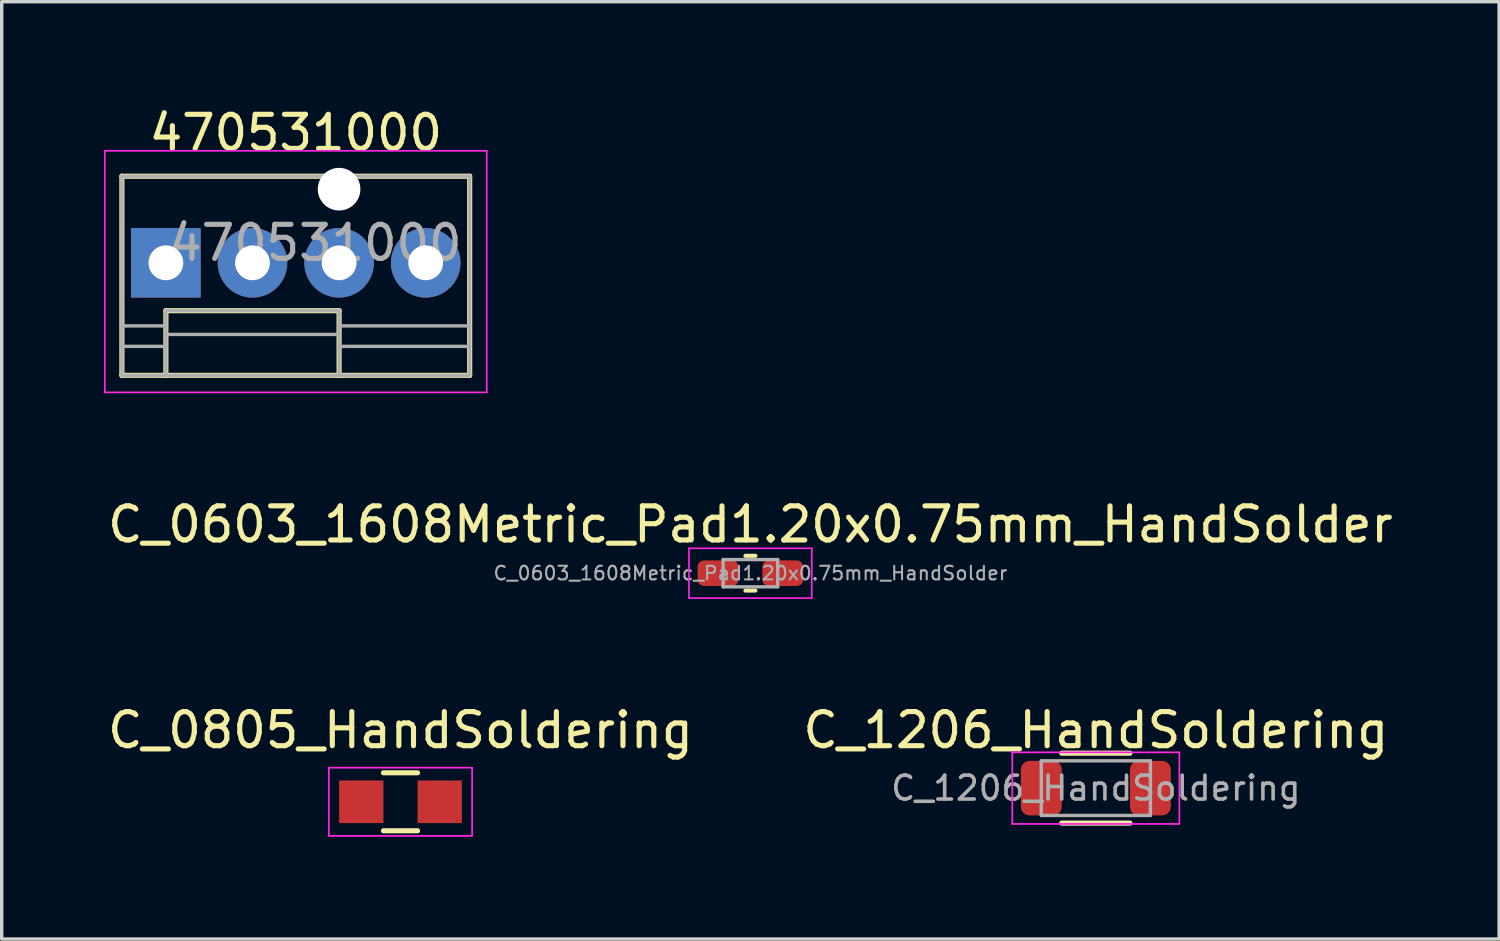
<source format=kicad_pcb>
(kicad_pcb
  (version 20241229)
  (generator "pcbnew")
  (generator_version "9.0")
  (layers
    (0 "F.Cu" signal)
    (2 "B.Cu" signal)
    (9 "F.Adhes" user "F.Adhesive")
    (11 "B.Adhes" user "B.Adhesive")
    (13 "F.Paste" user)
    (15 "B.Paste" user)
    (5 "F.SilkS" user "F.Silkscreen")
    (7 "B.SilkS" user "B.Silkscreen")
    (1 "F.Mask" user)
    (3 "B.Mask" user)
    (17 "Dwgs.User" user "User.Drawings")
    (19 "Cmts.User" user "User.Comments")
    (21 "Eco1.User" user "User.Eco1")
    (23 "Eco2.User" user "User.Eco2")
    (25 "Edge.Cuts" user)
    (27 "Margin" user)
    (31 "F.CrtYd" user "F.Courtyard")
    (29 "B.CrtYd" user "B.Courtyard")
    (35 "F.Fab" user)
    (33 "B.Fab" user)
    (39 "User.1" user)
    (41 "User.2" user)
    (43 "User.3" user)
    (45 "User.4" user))
  (footprint "C_0603_1608Metric_Pad1.20x0.75mm_HandSolder"
    (layer "F.Cu")
    (at 18.958 13.761)
    (property "Reference" "C_0603_1608Metric_Pad1.20x0.75mm_HandSolder" (at 0 -1.43 0) (layer "F.SilkS") (effects (font (size 1 1) (thickness 0.15))))
    (attr smd)
    (fp_line (start -0.146 -0.51) (end 0.146 -0.51) (stroke (width 0.12) (type solid)) (layer "F.SilkS"))
    (fp_line (start -0.146 0.51) (end 0.146 0.51) (stroke (width 0.12) (type solid)) (layer "F.SilkS"))
    (fp_line (start -1.8 -0.73) (end 1.8 -0.73) (stroke (width 0.05) (type solid)) (layer "F.CrtYd"))
    (fp_line (start -1.8 0.73) (end -1.8 -0.73) (stroke (width 0.05) (type solid)) (layer "F.CrtYd"))
    (fp_line (start 1.8 -0.73) (end 1.8 0.73) (stroke (width 0.05) (type solid)) (layer "F.CrtYd"))
    (fp_line (start 1.8 0.73) (end -1.8 0.73) (stroke (width 0.05) (type solid)) (layer "F.CrtYd"))
    (fp_line (start -0.8 -0.4) (end 0.8 -0.4) (stroke (width 0.1) (type solid)) (layer "F.Fab"))
    (fp_line (start -0.8 0.4) (end -0.8 -0.4) (stroke (width 0.1) (type solid)) (layer "F.Fab"))
    (fp_line (start 0.8 -0.4) (end 0.8 0.4) (stroke (width 0.1) (type solid)) (layer "F.Fab"))
    (fp_line (start 0.8 0.4) (end -0.8 0.4) (stroke (width 0.1) (type solid)) (layer "F.Fab"))
    (fp_text user "${REFERENCE}" (at 0 0 0) (layer "F.Fab") (effects (font (size 0.4 0.4) (thickness 0.06))))
    (pad "1" smd roundrect (at -0.95 0) (size 1.2 0.75) (layers "F.Cu" "F.Mask" "F.Paste") (roundrect_rratio 0.25))
    (pad "2" smd roundrect (at 0.95 0) (size 1.2 0.75) (layers "F.Cu" "F.Mask" "F.Paste") (roundrect_rratio 0.25)))
  (footprint "C_1206_HandSoldering"
    (layer "F.Cu")
    (at 29.089 20.065)
    (property "Reference" "C_1206_HandSoldering" (at 0 -1.7 0) (layer "F.SilkS") (effects (font (size 1 1) (thickness 0.15))))
    (attr smd)
    (fp_line (start -1 1.025) (end 1 1.025) (stroke (width 0.15) (type solid)) (layer "F.SilkS"))
    (fp_line (start 1 -1.025) (end -1 -1.025) (stroke (width 0.15) (type solid)) (layer "F.SilkS"))
    (fp_line (start -2.45 -1.05) (end -2.45 1.05) (stroke (width 0.05) (type solid)) (layer "F.CrtYd"))
    (fp_line (start -2.45 -1.05) (end 2.45 -1.05) (stroke (width 0.05) (type solid)) (layer "F.CrtYd"))
    (fp_line (start -2.45 1.05) (end 2.45 1.05) (stroke (width 0.05) (type solid)) (layer "F.CrtYd"))
    (fp_line (start 2.45 -1.05) (end 2.45 1.05) (stroke (width 0.05) (type solid)) (layer "F.CrtYd"))
    (fp_line (start -1.6 -0.8) (end -1.6 0.8) (stroke (width 0.1) (type solid)) (layer "F.Fab"))
    (fp_line (start -1.6 0.8) (end 1.6 0.8) (stroke (width 0.1) (type solid)) (layer "F.Fab"))
    (fp_line (start 1.6 -0.8) (end -1.6 -0.8) (stroke (width 0.1) (type solid)) (layer "F.Fab"))
    (fp_line (start 1.6 0.8) (end 1.6 -0.8) (stroke (width 0.1) (type solid)) (layer "F.Fab"))
    (fp_text user "${REFERENCE}" (at 0 0 0) (layer "F.Fab") (effects (font (size 0.7 0.7) (thickness 0.105))))
    (pad "1" smd roundrect (at -1.6 0) (size 1.2 1.6) (layers "F.Cu" "F.Mask" "F.Paste") (roundrect_rratio 0.208))
    (pad "2" smd roundrect (at 1.6 0) (size 1.2 1.6) (layers "F.Cu" "F.Mask" "F.Paste") (roundrect_rratio 0.208)))
  (footprint "C_0805_HandSoldering"
    (layer "F.Cu")
    (at 8.696 20.465)
    (property "Reference" "C_0805_HandSoldering" (at 0 -2.1 0) (layer "F.SilkS") (effects (font (size 1 1) (thickness 0.15))))
    (attr smd)
    (fp_line (start -0.5 0.85) (end 0.5 0.85) (stroke (width 0.15) (type solid)) (layer "F.SilkS"))
    (fp_line (start 0.5 -0.85) (end -0.5 -0.85) (stroke (width 0.15) (type solid)) (layer "F.SilkS"))
    (fp_line (start -2.1 -1) (end -2.1 1) (stroke (width 0.05) (type solid)) (layer "F.CrtYd"))
    (fp_line (start -2.1 -1) (end 2.1 -1) (stroke (width 0.05) (type solid)) (layer "F.CrtYd"))
    (fp_line (start -2.1 1) (end 2.1 1) (stroke (width 0.05) (type solid)) (layer "F.CrtYd"))
    (fp_line (start 2.1 -1) (end 2.1 1) (stroke (width 0.05) (type solid)) (layer "F.CrtYd"))
    (pad "1" smd rect (at -1.15 0) (size 1.3 1.25) (layers "F.Cu" "F.Mask" "F.Paste"))
    (pad "2" smd rect (at 1.15 0) (size 1.3 1.25) (layers "F.Cu" "F.Mask" "F.Paste")))
  (footprint "470531000"
    (layer "F.Cu")
    (at 1.815 4.658)
    (property "Reference" "470531000" (at 3.81 -3.81 0) (layer "F.SilkS") (effects (font (size 1 1) (thickness 0.15))))
    (attr through_hole)
    (fp_line (start -1.29 -2.54) (end -1.29 3.3) (stroke (width 0.15) (type solid)) (layer "F.SilkS"))
    (fp_line (start -1.29 3.3) (end 8.91 3.3) (stroke (width 0.15) (type solid)) (layer "F.SilkS"))
    (fp_line (start 0 1.405) (end 0 3.3) (stroke (width 0.15) (type solid)) (layer "F.SilkS"))
    (fp_line (start 5.08 1.405) (end 0 1.405) (stroke (width 0.15) (type solid)) (layer "F.SilkS"))
    (fp_line (start 5.08 3.3) (end 5.08 1.405) (stroke (width 0.15) (type solid)) (layer "F.SilkS"))
    (fp_line (start 8.91 -2.54) (end -1.29 -2.54) (stroke (width 0.15) (type solid)) (layer "F.SilkS"))
    (fp_line (start 8.91 3.3) (end 8.91 -2.54) (stroke (width 0.15) (type solid)) (layer "F.SilkS"))
    (fp_line (start -1.79 -3.285) (end -1.79 3.8) (stroke (width 0.05) (type solid)) (layer "F.CrtYd"))
    (fp_line (start -1.79 3.8) (end 9.41 3.8) (stroke (width 0.05) (type solid)) (layer "F.CrtYd"))
    (fp_line (start 9.41 -3.285) (end -1.79 -3.285) (stroke (width 0.05) (type solid)) (layer "F.CrtYd"))
    (fp_line (start 9.41 3.8) (end 9.41 -3.285) (stroke (width 0.05) (type solid)) (layer "F.CrtYd"))
    (fp_line (start -1.29 -2.54) (end 8.91 -2.54) (stroke (width 0.1) (type default)) (layer "F.Fab"))
    (fp_line (start -1.29 1.85) (end 0 1.85) (stroke (width 0.1) (type default)) (layer "F.Fab"))
    (fp_line (start -1.29 2.45) (end 0 2.45) (stroke (width 0.1) (type default)) (layer "F.Fab"))
    (fp_line (start -1.29 3.3) (end -1.29 -2.54) (stroke (width 0.1) (type default)) (layer "F.Fab"))
    (fp_line (start -1.29 3.3) (end 8.91 3.3) (stroke (width 0.1) (type default)) (layer "F.Fab"))
    (fp_line (start 0 1.405) (end 5.08 1.405) (stroke (width 0.1) (type default)) (layer "F.Fab"))
    (fp_line (start 0 2.1) (end 5.08 2.1) (stroke (width 0.1) (type default)) (layer "F.Fab"))
    (fp_line (start 0 3.3) (end 0 1.405) (stroke (width 0.1) (type default)) (layer "F.Fab"))
    (fp_line (start 5.08 1.85) (end 8.91 1.85) (stroke (width 0.1) (type default)) (layer "F.Fab"))
    (fp_line (start 5.08 2.45) (end 8.91 2.45) (stroke (width 0.1) (type default)) (layer "F.Fab"))
    (fp_line (start 5.08 3.3) (end 5.08 1.405) (stroke (width 0.1) (type default)) (layer "F.Fab"))
    (fp_line (start 8.91 3.3) (end 8.91 -2.54) (stroke (width 0.1) (type default)) (layer "F.Fab"))
    (fp_text user "${REFERENCE}" (at 0 0 0) (unlocked yes) (layer "F.Fab") (effects (font (size 1 1) (thickness 0.15)) (justify left bottom)))
    (pad "" np_thru_hole circle (at 5.08 -2.16) (size 1.25 1.25) (drill 1.25) (layers "*.Cu" "*.Mask"))
    (pad "1" thru_hole rect (at 0 0) (size 2.04 2.04) (drill 1.02) (layers "*.Cu" "*.Mask"))
    (pad "2" thru_hole circle (at 2.54 0) (size 2.04 2.04) (drill 1.02) (layers "*.Cu" "*.Mask"))
    (pad "3" thru_hole circle (at 5.08 0) (size 2.04 2.04) (drill 1.02) (layers "*.Cu" "*.Mask"))
    (pad "4" thru_hole circle (at 7.62 0) (size 2.04 2.04) (drill 1.02) (layers "*.Cu" "*.Mask")))
  (gr_rect
    (start -3 -3)
    (end 40.917 24.49)
    (stroke (width 0.1) (type default))
    (fill no)
    (layer "Edge.Cuts")))
</source>
